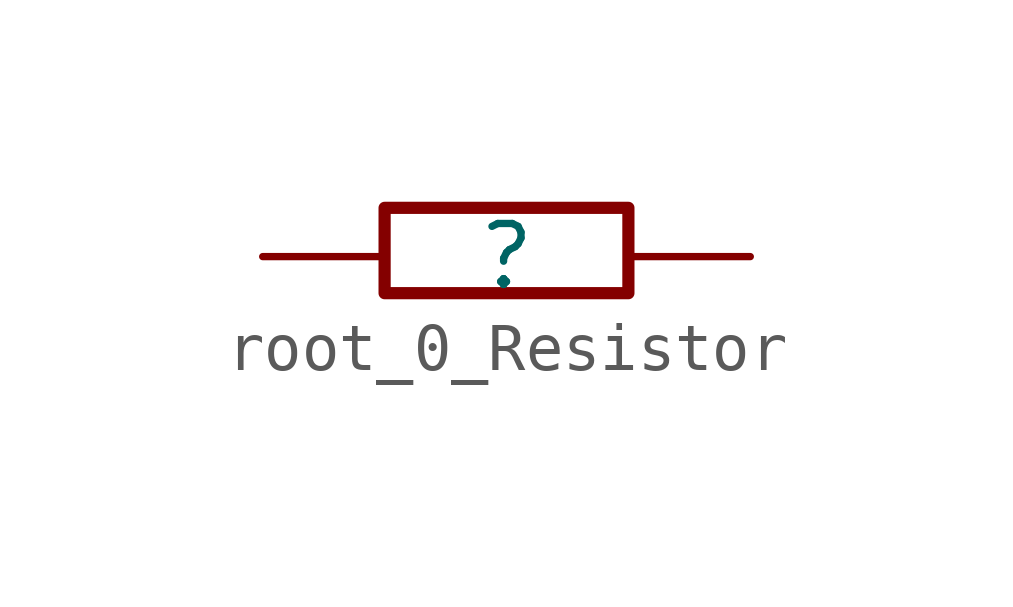
<source format=kicad_sym>
(kicad_symbol_lib
  (version 20231120)
  (generator "kicad_symbol_editor")
  (generator_version "8.0")
  (symbol "root_0_Resistor"
    (property "Reference" ""
      (at 0 0 0)
      (effects (font (size 1.27 1.27))))
    (property "Value" ""
      (at 0 0 0)
      (effects (font (size 1.27 1.27))))
    (symbol "root_0_Resistor_1_0"
      (polyline (pts (xy -2.54 -0.762) (xy -2.54 1.016) (xy 2.54 1.016) (xy 2.54 -0.762) (xy -2.54 -0.762)) (stroke (width 0.254) (type solid)) (fill (type none)))
      (pin passive line (at -5.08 0 0) (length 2.54) (name "1" (effects (font (size 0 0)))) (number "1" (effects (font (size 0 0)))))
      (pin passive line (at 5.08 0 180) (length 2.54) (name "2" (effects (font (size 0 0)))) (number "2" (effects (font (size 0 0))))))))
</source>
